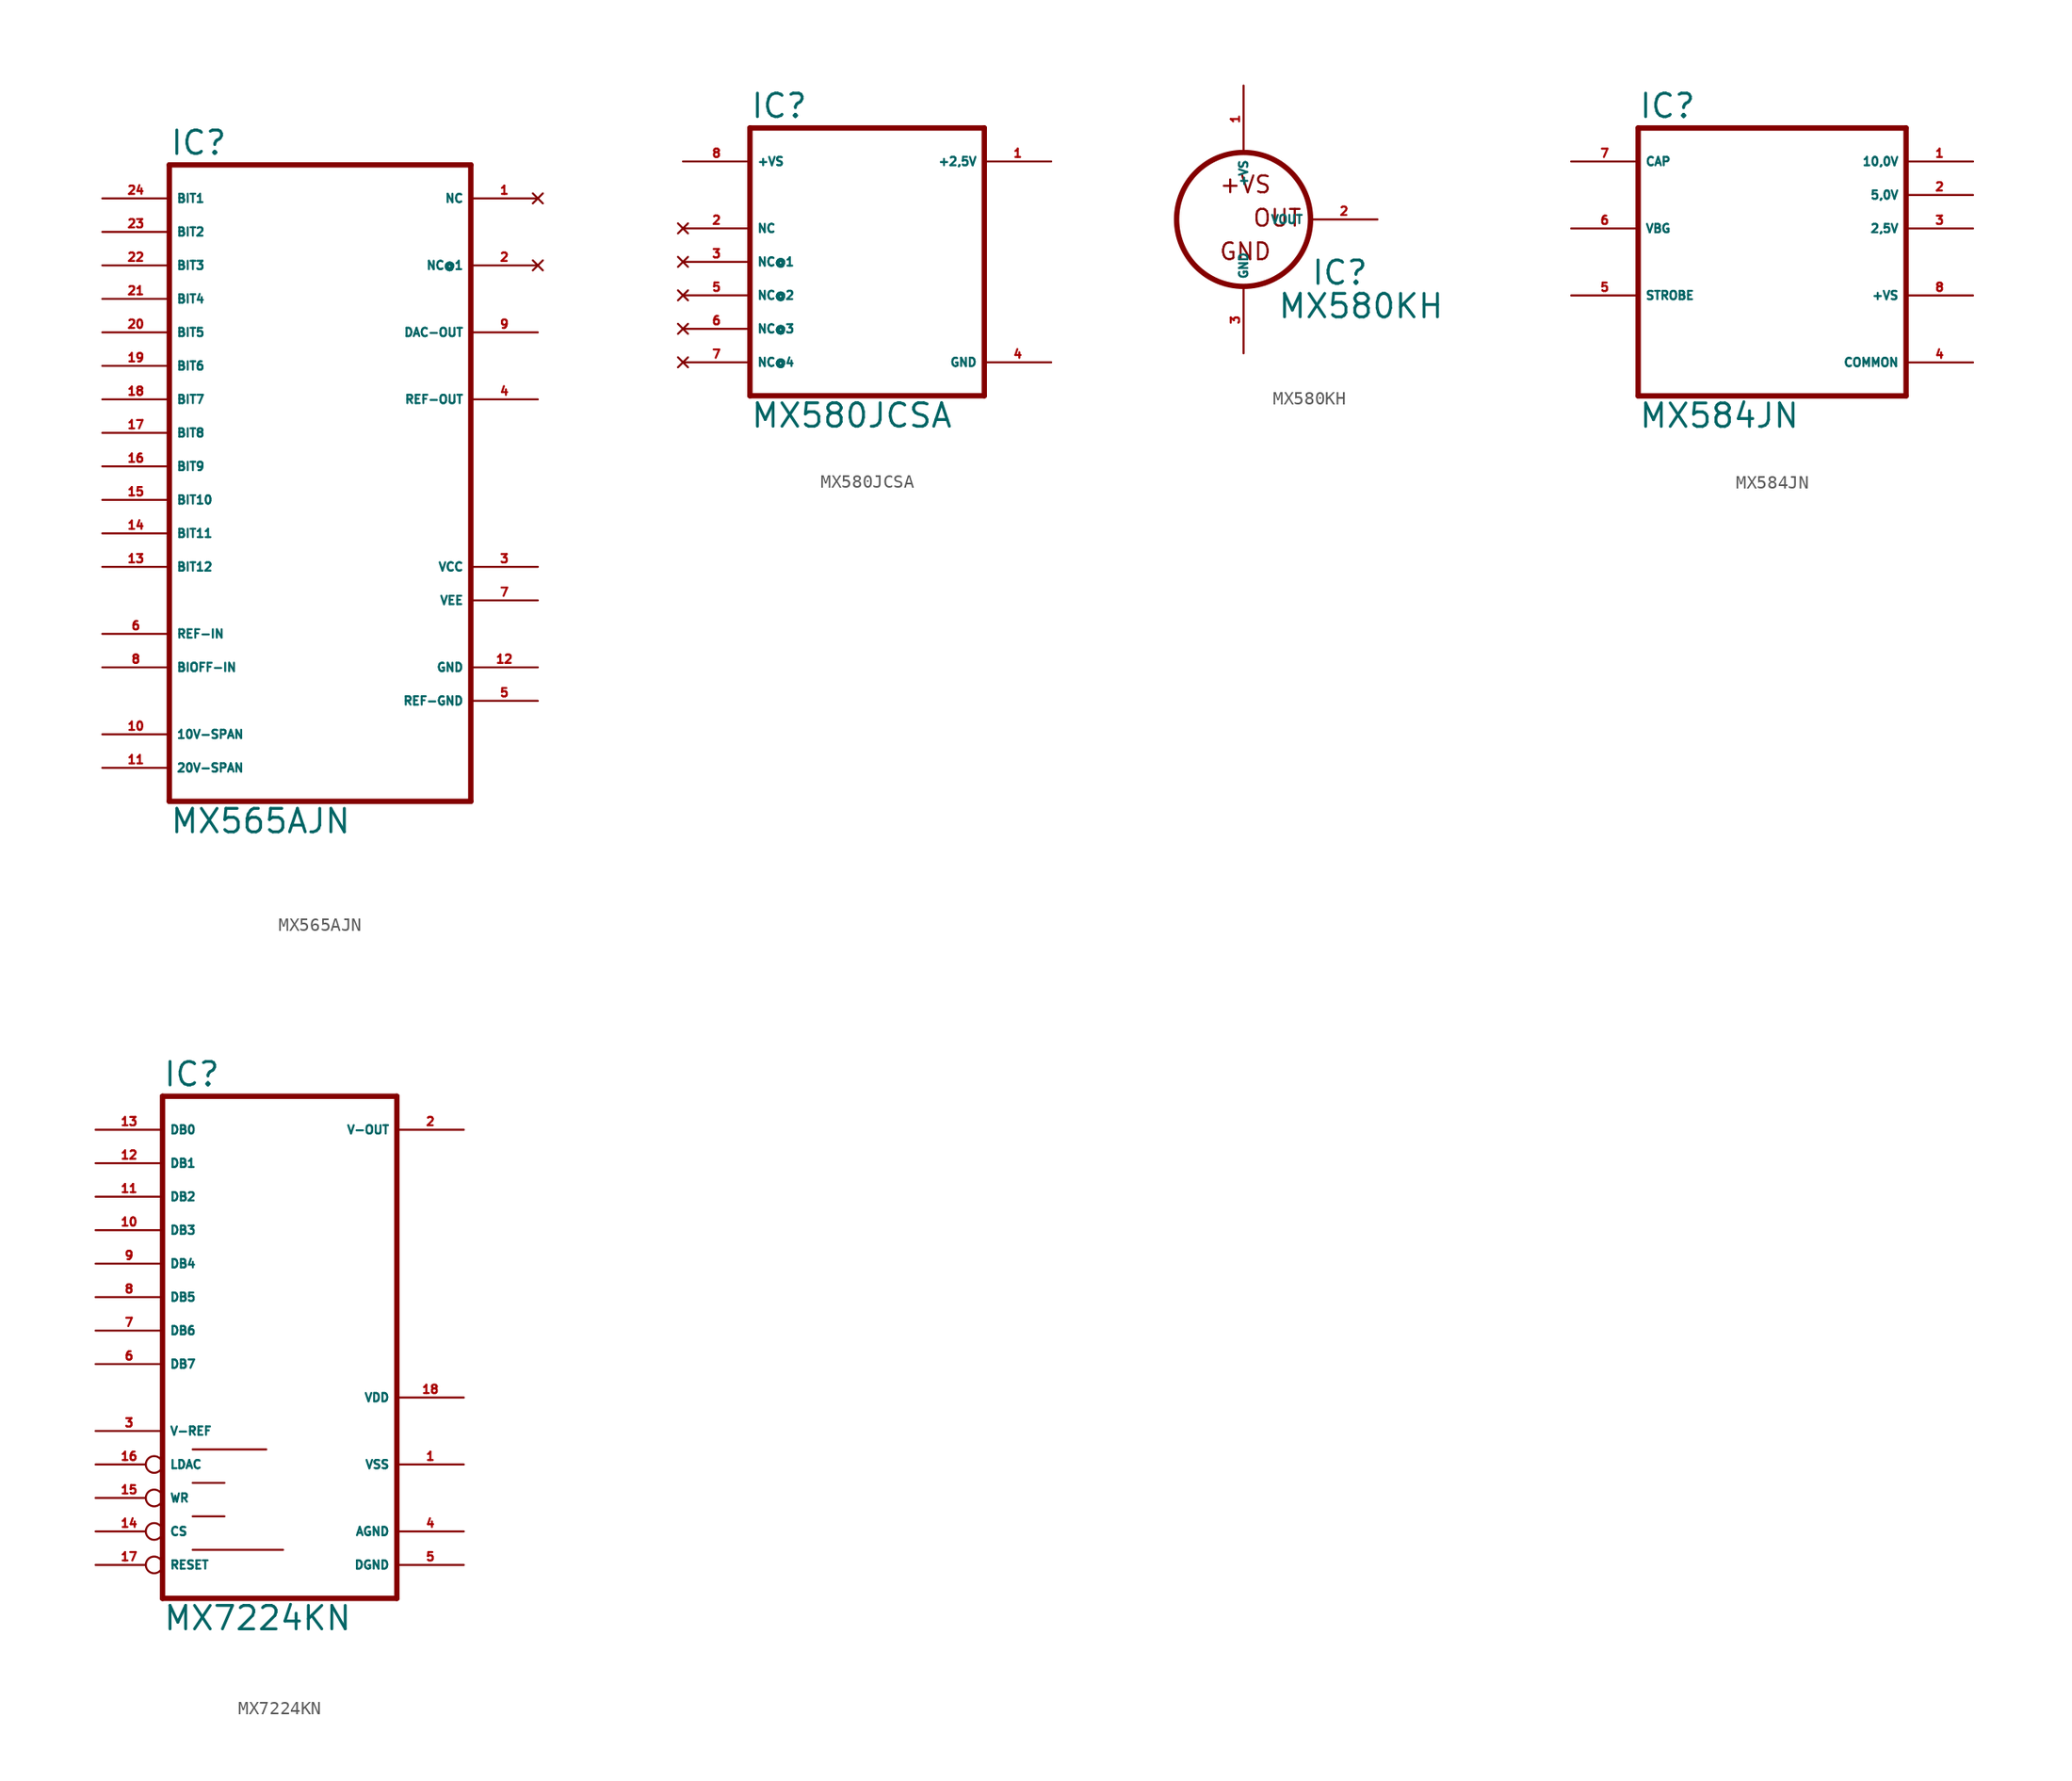
<source format=kicad_sym>
(kicad_symbol_lib
  (version 20220914)
  (generator Eagle2Kicad)
  (symbol "MX565AJN"
    (property "Reference" "IC"
      (at -12.7 26.035 0)
      (effects (font (size 1.778 1.778) (thickness 0.22)) (justify left bottom)))
    (property "Value" "MX565AJN"
      (at -12.7 -25.4 0)
      (effects (font (size 1.778 1.778) (thickness 0.22)) (justify left bottom)))
    (polyline
      (pts (xy -12.7 -22.86) (xy 10.16 -22.86))
      (stroke (width 0.406) (type default))
      (fill (type none)))
    (polyline
      (pts (xy 10.16 25.4) (xy 10.16 -22.86))
      (stroke (width 0.406) (type default))
      (fill (type none)))
    (polyline
      (pts (xy 10.16 25.4) (xy -12.7 25.4))
      (stroke (width 0.406) (type default))
      (fill (type none)))
    (polyline
      (pts (xy -12.7 -22.86) (xy -12.7 25.4))
      (stroke (width 0.406) (type default))
      (fill (type none)))
    (pin input line
      (at -17.78 22.86 0)
      (length 5.08)
      (name "BIT1" (effects (font (size 0.635 0.635) (thickness 0.08)) (justify left bottom)))
      (number "24" (effects (font (size 0.635 0.635) (thickness 0.08)) (justify left bottom))))
    (pin input line
      (at -17.78 20.32 0)
      (length 5.08)
      (name "BIT2" (effects (font (size 0.635 0.635) (thickness 0.08)) (justify left bottom)))
      (number "23" (effects (font (size 0.635 0.635) (thickness 0.08)) (justify left bottom))))
    (pin input line
      (at -17.78 17.78 0)
      (length 5.08)
      (name "BIT3" (effects (font (size 0.635 0.635) (thickness 0.08)) (justify left bottom)))
      (number "22" (effects (font (size 0.635 0.635) (thickness 0.08)) (justify left bottom))))
    (pin input line
      (at -17.78 15.24 0)
      (length 5.08)
      (name "BIT4" (effects (font (size 0.635 0.635) (thickness 0.08)) (justify left bottom)))
      (number "21" (effects (font (size 0.635 0.635) (thickness 0.08)) (justify left bottom))))
    (pin input line
      (at -17.78 12.7 0)
      (length 5.08)
      (name "BIT5" (effects (font (size 0.635 0.635) (thickness 0.08)) (justify left bottom)))
      (number "20" (effects (font (size 0.635 0.635) (thickness 0.08)) (justify left bottom))))
    (pin input line
      (at -17.78 10.16 0)
      (length 5.08)
      (name "BIT6" (effects (font (size 0.635 0.635) (thickness 0.08)) (justify left bottom)))
      (number "19" (effects (font (size 0.635 0.635) (thickness 0.08)) (justify left bottom))))
    (pin input line
      (at -17.78 7.62 0)
      (length 5.08)
      (name "BIT7" (effects (font (size 0.635 0.635) (thickness 0.08)) (justify left bottom)))
      (number "18" (effects (font (size 0.635 0.635) (thickness 0.08)) (justify left bottom))))
    (pin input line
      (at -17.78 5.08 0)
      (length 5.08)
      (name "BIT8" (effects (font (size 0.635 0.635) (thickness 0.08)) (justify left bottom)))
      (number "17" (effects (font (size 0.635 0.635) (thickness 0.08)) (justify left bottom))))
    (pin input line
      (at -17.78 2.54 0)
      (length 5.08)
      (name "BIT9" (effects (font (size 0.635 0.635) (thickness 0.08)) (justify left bottom)))
      (number "16" (effects (font (size 0.635 0.635) (thickness 0.08)) (justify left bottom))))
    (pin input line
      (at -17.78 0 0)
      (length 5.08)
      (name "BIT10" (effects (font (size 0.635 0.635) (thickness 0.08)) (justify left bottom)))
      (number "15" (effects (font (size 0.635 0.635) (thickness 0.08)) (justify left bottom))))
    (pin input line
      (at -17.78 -2.54 0)
      (length 5.08)
      (name "BIT11" (effects (font (size 0.635 0.635) (thickness 0.08)) (justify left bottom)))
      (number "14" (effects (font (size 0.635 0.635) (thickness 0.08)) (justify left bottom))))
    (pin input line
      (at -17.78 -5.08 0)
      (length 5.08)
      (name "BIT12" (effects (font (size 0.635 0.635) (thickness 0.08)) (justify left bottom)))
      (number "13" (effects (font (size 0.635 0.635) (thickness 0.08)) (justify left bottom))))
    (pin unspecified line
      (at 15.24 -7.62 180)
      (length 5.08)
      (name "VEE" (effects (font (size 0.635 0.635) (thickness 0.08)) (justify left bottom)))
      (number "7" (effects (font (size 0.635 0.635) (thickness 0.08)) (justify left bottom))))
    (pin unspecified line
      (at 15.24 -15.24 180)
      (length 5.08)
      (name "REF-GND" (effects (font (size 0.635 0.635) (thickness 0.08)) (justify left bottom)))
      (number "5" (effects (font (size 0.635 0.635) (thickness 0.08)) (justify left bottom))))
    (pin unspecified line
      (at 15.24 -12.7 180)
      (length 5.08)
      (name "GND" (effects (font (size 0.635 0.635) (thickness 0.08)) (justify left bottom)))
      (number "12" (effects (font (size 0.635 0.635) (thickness 0.08)) (justify left bottom))))
    (pin output line
      (at 15.24 7.62 180)
      (length 5.08)
      (name "REF-OUT" (effects (font (size 0.635 0.635) (thickness 0.08)) (justify left bottom)))
      (number "4" (effects (font (size 0.635 0.635) (thickness 0.08)) (justify left bottom))))
    (pin unspecified line
      (at 15.24 -5.08 180)
      (length 5.08)
      (name "VCC" (effects (font (size 0.635 0.635) (thickness 0.08)) (justify left bottom)))
      (number "3" (effects (font (size 0.635 0.635) (thickness 0.08)) (justify left bottom))))
    (pin input line
      (at -17.78 -10.16 0)
      (length 5.08)
      (name "REF-IN" (effects (font (size 0.635 0.635) (thickness 0.08)) (justify left bottom)))
      (number "6" (effects (font (size 0.635 0.635) (thickness 0.08)) (justify left bottom))))
    (pin input line
      (at -17.78 -12.7 0)
      (length 5.08)
      (name "BIOFF-IN" (effects (font (size 0.635 0.635) (thickness 0.08)) (justify left bottom)))
      (number "8" (effects (font (size 0.635 0.635) (thickness 0.08)) (justify left bottom))))
    (pin passive line
      (at -17.78 -17.78 0)
      (length 5.08)
      (name "10V-SPAN" (effects (font (size 0.635 0.635) (thickness 0.08)) (justify left bottom)))
      (number "10" (effects (font (size 0.635 0.635) (thickness 0.08)) (justify left bottom))))
    (pin passive line
      (at -17.78 -20.32 0)
      (length 5.08)
      (name "20V-SPAN" (effects (font (size 0.635 0.635) (thickness 0.08)) (justify left bottom)))
      (number "11" (effects (font (size 0.635 0.635) (thickness 0.08)) (justify left bottom))))
    (pin no_connect line
      (at 15.24 22.86 180)
      (length 5.08)
      (name "NC" (effects (font (size 0.635 0.635) (thickness 0.08)) (justify left bottom) hide))
      (number "1" (effects (font (size 0.635 0.635) (thickness 0.08)) (justify left bottom) hide)))
    (pin no_connect line
      (at 15.24 17.78 180)
      (length 5.08)
      (name "NC@1" (effects (font (size 0.635 0.635) (thickness 0.08)) (justify left bottom) hide))
      (number "2" (effects (font (size 0.635 0.635) (thickness 0.08)) (justify left bottom) hide)))
    (pin output line
      (at 15.24 12.7 180)
      (length 5.08)
      (name "DAC-OUT" (effects (font (size 0.635 0.635) (thickness 0.08)) (justify left bottom)))
      (number "9" (effects (font (size 0.635 0.635) (thickness 0.08)) (justify left bottom)))))
  (symbol "MX580JCSA"
    (property "Reference" "IC"
      (at -7.62 10.795 0)
      (effects (font (size 1.778 1.778) (thickness 0.22)) (justify left bottom)))
    (property "Value" "MX580JCSA"
      (at -7.62 -12.7 0)
      (effects (font (size 1.778 1.778) (thickness 0.22)) (justify left bottom)))
    (polyline
      (pts (xy -7.62 -10.16) (xy 10.16 -10.16))
      (stroke (width 0.406) (type default))
      (fill (type none)))
    (polyline
      (pts (xy 10.16 10.16) (xy 10.16 -10.16))
      (stroke (width 0.406) (type default))
      (fill (type none)))
    (polyline
      (pts (xy 10.16 10.16) (xy -7.62 10.16))
      (stroke (width 0.406) (type default))
      (fill (type none)))
    (polyline
      (pts (xy -7.62 -10.16) (xy -7.62 10.16))
      (stroke (width 0.406) (type default))
      (fill (type none)))
    (pin input line
      (at -12.7 7.62 0)
      (length 5.08)
      (name "+VS" (effects (font (size 0.635 0.635) (thickness 0.08)) (justify left bottom)))
      (number "8" (effects (font (size 0.635 0.635) (thickness 0.08)) (justify left bottom))))
    (pin output line
      (at 15.24 7.62 180)
      (length 5.08)
      (name "+2,5V" (effects (font (size 0.635 0.635) (thickness 0.08)) (justify left bottom)))
      (number "1" (effects (font (size 0.635 0.635) (thickness 0.08)) (justify left bottom))))
    (pin no_connect line
      (at -12.7 2.54 0)
      (length 5.08)
      (name "NC" (effects (font (size 0.635 0.635) (thickness 0.08)) (justify left bottom) hide))
      (number "2" (effects (font (size 0.635 0.635) (thickness 0.08)) (justify left bottom) hide)))
    (pin no_connect line
      (at -12.7 0 0)
      (length 5.08)
      (name "NC@1" (effects (font (size 0.635 0.635) (thickness 0.08)) (justify left bottom) hide))
      (number "3" (effects (font (size 0.635 0.635) (thickness 0.08)) (justify left bottom) hide)))
    (pin no_connect line
      (at -12.7 -2.54 0)
      (length 5.08)
      (name "NC@2" (effects (font (size 0.635 0.635) (thickness 0.08)) (justify left bottom) hide))
      (number "5" (effects (font (size 0.635 0.635) (thickness 0.08)) (justify left bottom) hide)))
    (pin no_connect line
      (at -12.7 -5.08 0)
      (length 5.08)
      (name "NC@3" (effects (font (size 0.635 0.635) (thickness 0.08)) (justify left bottom) hide))
      (number "6" (effects (font (size 0.635 0.635) (thickness 0.08)) (justify left bottom) hide)))
    (pin unspecified line
      (at 15.24 -7.62 180)
      (length 5.08)
      (name "GND" (effects (font (size 0.635 0.635) (thickness 0.08)) (justify left bottom)))
      (number "4" (effects (font (size 0.635 0.635) (thickness 0.08)) (justify left bottom))))
    (pin no_connect line
      (at -12.7 -7.62 0)
      (length 5.08)
      (name "NC@4" (effects (font (size 0.635 0.635) (thickness 0.08)) (justify left bottom) hide))
      (number "7" (effects (font (size 0.635 0.635) (thickness 0.08)) (justify left bottom) hide))))
  (symbol "MX580KH"
    (property "Reference" "IC"
      (at 5.08 -5.08 0)
      (effects (font (size 1.778 1.778) (thickness 0.22)) (justify left bottom)))
    (property "Value" "MX580KH"
      (at 2.54 -7.62 0)
      (effects (font (size 1.778 1.778) (thickness 0.22)) (justify left bottom)))
    (text "+VS"
      (at -1.905 1.905 0)
      (effects (font (size 1.27 1.27) (thickness 0.16)) (justify left bottom)))
    (text "OUT"
      (at 0.635 -0.635 0)
      (effects (font (size 1.27 1.27) (thickness 0.16)) (justify left bottom)))
    (text "GND"
      (at -1.905 -3.175 0)
      (effects (font (size 1.27 1.27) (thickness 0.16)) (justify left bottom)))
    (circle
      (center 0 0)
      (radius 5.08)
      (stroke (width 0.406) (type default))
      (fill (type none)))
    (pin output line
      (at 10.16 0 180)
      (length 5.08)
      (name "VOUT" (effects (font (size 0.635 0.635) (thickness 0.08)) (justify left bottom)))
      (number "2" (effects (font (size 0.635 0.635) (thickness 0.08)) (justify left bottom))))
    (pin unspecified line
      (at 0 -10.16 90)
      (length 5.08)
      (name "GND" (effects (font (size 0.635 0.635) (thickness 0.08)) (justify left bottom)))
      (number "3" (effects (font (size 0.635 0.635) (thickness 0.08)) (justify left bottom))))
    (pin unspecified line
      (at 0 10.16 270)
      (length 5.08)
      (name "+VS" (effects (font (size 0.635 0.635) (thickness 0.08)) (justify left bottom)))
      (number "1" (effects (font (size 0.635 0.635) (thickness 0.08)) (justify left bottom)))))
  (symbol "MX584JN"
    (property "Reference" "IC"
      (at -10.16 10.795 0)
      (effects (font (size 1.778 1.778) (thickness 0.22)) (justify left bottom)))
    (property "Value" "MX584JN"
      (at -10.16 -12.7 0)
      (effects (font (size 1.778 1.778) (thickness 0.22)) (justify left bottom)))
    (polyline
      (pts (xy 10.16 -10.16) (xy 10.16 10.16))
      (stroke (width 0.406) (type default))
      (fill (type none)))
    (polyline
      (pts (xy -10.16 10.16) (xy 10.16 10.16))
      (stroke (width 0.406) (type default))
      (fill (type none)))
    (polyline
      (pts (xy -10.16 10.16) (xy -10.16 -10.16))
      (stroke (width 0.406) (type default))
      (fill (type none)))
    (polyline
      (pts (xy 10.16 -10.16) (xy -10.16 -10.16))
      (stroke (width 0.406) (type default))
      (fill (type none)))
    (pin output line
      (at 15.24 7.62 180)
      (length 5.08)
      (name "10,0V" (effects (font (size 0.635 0.635) (thickness 0.08)) (justify left bottom)))
      (number "1" (effects (font (size 0.635 0.635) (thickness 0.08)) (justify left bottom))))
    (pin output line
      (at 15.24 5.08 180)
      (length 5.08)
      (name "5,0V" (effects (font (size 0.635 0.635) (thickness 0.08)) (justify left bottom)))
      (number "2" (effects (font (size 0.635 0.635) (thickness 0.08)) (justify left bottom))))
    (pin output line
      (at 15.24 2.54 180)
      (length 5.08)
      (name "2,5V" (effects (font (size 0.635 0.635) (thickness 0.08)) (justify left bottom)))
      (number "3" (effects (font (size 0.635 0.635) (thickness 0.08)) (justify left bottom))))
    (pin unspecified line
      (at 15.24 -7.62 180)
      (length 5.08)
      (name "COMMON" (effects (font (size 0.635 0.635) (thickness 0.08)) (justify left bottom)))
      (number "4" (effects (font (size 0.635 0.635) (thickness 0.08)) (justify left bottom))))
    (pin unspecified line
      (at 15.24 -2.54 180)
      (length 5.08)
      (name "+VS" (effects (font (size 0.635 0.635) (thickness 0.08)) (justify left bottom)))
      (number "8" (effects (font (size 0.635 0.635) (thickness 0.08)) (justify left bottom))))
    (pin passive line
      (at -15.24 7.62 0)
      (length 5.08)
      (name "CAP" (effects (font (size 0.635 0.635) (thickness 0.08)) (justify left bottom)))
      (number "7" (effects (font (size 0.635 0.635) (thickness 0.08)) (justify left bottom))))
    (pin passive line
      (at -15.24 2.54 0)
      (length 5.08)
      (name "VBG" (effects (font (size 0.635 0.635) (thickness 0.08)) (justify left bottom)))
      (number "6" (effects (font (size 0.635 0.635) (thickness 0.08)) (justify left bottom))))
    (pin input line
      (at -15.24 -2.54 0)
      (length 5.08)
      (name "STROBE" (effects (font (size 0.635 0.635) (thickness 0.08)) (justify left bottom)))
      (number "5" (effects (font (size 0.635 0.635) (thickness 0.08)) (justify left bottom)))))
  (symbol "MX7224KN"
    (property "Reference" "IC"
      (at -10.16 18.415 0)
      (effects (font (size 1.778 1.778) (thickness 0.22)) (justify left bottom)))
    (property "Value" "MX7224KN"
      (at -10.16 -22.86 0)
      (effects (font (size 1.778 1.778) (thickness 0.22)) (justify left bottom)))
    (polyline
      (pts (xy -10.16 17.78) (xy 7.62 17.78))
      (stroke (width 0.406) (type default))
      (fill (type none)))
    (polyline
      (pts (xy 7.62 -20.32) (xy 7.62 17.78))
      (stroke (width 0.406) (type default))
      (fill (type none)))
    (polyline
      (pts (xy 7.62 -20.32) (xy -10.16 -20.32))
      (stroke (width 0.406) (type default))
      (fill (type none)))
    (polyline
      (pts (xy -10.16 17.78) (xy -10.16 -20.32))
      (stroke (width 0.406) (type default))
      (fill (type none)))
    (polyline
      (pts (xy -7.874 -9.017) (xy -2.286 -9.017))
      (stroke (width 0.152) (type default))
      (fill (type none)))
    (polyline
      (pts (xy -7.874 -11.557) (xy -5.461 -11.557))
      (stroke (width 0.152) (type default))
      (fill (type none)))
    (polyline
      (pts (xy -7.874 -14.097) (xy -5.461 -14.097))
      (stroke (width 0.152) (type default))
      (fill (type none)))
    (polyline
      (pts (xy -7.874 -16.637) (xy -1.016 -16.637))
      (stroke (width 0.152) (type default))
      (fill (type none)))
    (pin input line
      (at -15.24 15.24 0)
      (length 5.08)
      (name "DB0" (effects (font (size 0.635 0.635) (thickness 0.08)) (justify left bottom)))
      (number "13" (effects (font (size 0.635 0.635) (thickness 0.08)) (justify left bottom))))
    (pin input line
      (at -15.24 12.7 0)
      (length 5.08)
      (name "DB1" (effects (font (size 0.635 0.635) (thickness 0.08)) (justify left bottom)))
      (number "12" (effects (font (size 0.635 0.635) (thickness 0.08)) (justify left bottom))))
    (pin input line
      (at -15.24 10.16 0)
      (length 5.08)
      (name "DB2" (effects (font (size 0.635 0.635) (thickness 0.08)) (justify left bottom)))
      (number "11" (effects (font (size 0.635 0.635) (thickness 0.08)) (justify left bottom))))
    (pin input line
      (at -15.24 7.62 0)
      (length 5.08)
      (name "DB3" (effects (font (size 0.635 0.635) (thickness 0.08)) (justify left bottom)))
      (number "10" (effects (font (size 0.635 0.635) (thickness 0.08)) (justify left bottom))))
    (pin input line
      (at -15.24 5.08 0)
      (length 5.08)
      (name "DB4" (effects (font (size 0.635 0.635) (thickness 0.08)) (justify left bottom)))
      (number "9" (effects (font (size 0.635 0.635) (thickness 0.08)) (justify left bottom))))
    (pin input line
      (at -15.24 2.54 0)
      (length 5.08)
      (name "DB5" (effects (font (size 0.635 0.635) (thickness 0.08)) (justify left bottom)))
      (number "8" (effects (font (size 0.635 0.635) (thickness 0.08)) (justify left bottom))))
    (pin input line
      (at -15.24 0 0)
      (length 5.08)
      (name "DB6" (effects (font (size 0.635 0.635) (thickness 0.08)) (justify left bottom)))
      (number "7" (effects (font (size 0.635 0.635) (thickness 0.08)) (justify left bottom))))
    (pin input line
      (at -15.24 -2.54 0)
      (length 5.08)
      (name "DB7" (effects (font (size 0.635 0.635) (thickness 0.08)) (justify left bottom)))
      (number "6" (effects (font (size 0.635 0.635) (thickness 0.08)) (justify left bottom))))
    (pin unspecified line
      (at 12.7 -5.08 180)
      (length 5.08)
      (name "VDD" (effects (font (size 0.635 0.635) (thickness 0.08)) (justify left bottom)))
      (number "18" (effects (font (size 0.635 0.635) (thickness 0.08)) (justify left bottom))))
    (pin unspecified line
      (at 12.7 -10.16 180)
      (length 5.08)
      (name "VSS" (effects (font (size 0.635 0.635) (thickness 0.08)) (justify left bottom)))
      (number "1" (effects (font (size 0.635 0.635) (thickness 0.08)) (justify left bottom))))
    (pin unspecified line
      (at 12.7 -15.24 180)
      (length 5.08)
      (name "AGND" (effects (font (size 0.635 0.635) (thickness 0.08)) (justify left bottom)))
      (number "4" (effects (font (size 0.635 0.635) (thickness 0.08)) (justify left bottom))))
    (pin unspecified line
      (at 12.7 -17.78 180)
      (length 5.08)
      (name "DGND" (effects (font (size 0.635 0.635) (thickness 0.08)) (justify left bottom)))
      (number "5" (effects (font (size 0.635 0.635) (thickness 0.08)) (justify left bottom))))
    (pin output line
      (at 12.7 15.24 180)
      (length 5.08)
      (name "V-OUT" (effects (font (size 0.635 0.635) (thickness 0.08)) (justify left bottom)))
      (number "2" (effects (font (size 0.635 0.635) (thickness 0.08)) (justify left bottom))))
    (pin input line
      (at -15.24 -7.62 0)
      (length 5.08)
      (name "V-REF" (effects (font (size 0.635 0.635) (thickness 0.08)) (justify left bottom)))
      (number "3" (effects (font (size 0.635 0.635) (thickness 0.08)) (justify left bottom))))
    (pin input inverted
      (at -15.24 -10.16 0)
      (length 5.08)
      (name "LDAC" (effects (font (size 0.635 0.635) (thickness 0.08)) (justify left bottom)))
      (number "16" (effects (font (size 0.635 0.635) (thickness 0.08)) (justify left bottom))))
    (pin input inverted
      (at -15.24 -12.7 0)
      (length 5.08)
      (name "WR" (effects (font (size 0.635 0.635) (thickness 0.08)) (justify left bottom)))
      (number "15" (effects (font (size 0.635 0.635) (thickness 0.08)) (justify left bottom))))
    (pin input inverted
      (at -15.24 -15.24 0)
      (length 5.08)
      (name "CS" (effects (font (size 0.635 0.635) (thickness 0.08)) (justify left bottom)))
      (number "14" (effects (font (size 0.635 0.635) (thickness 0.08)) (justify left bottom))))
    (pin input inverted
      (at -15.24 -17.78 0)
      (length 5.08)
      (name "RESET" (effects (font (size 0.635 0.635) (thickness 0.08)) (justify left bottom)))
      (number "17" (effects (font (size 0.635 0.635) (thickness 0.08)) (justify left bottom))))))
</source>
